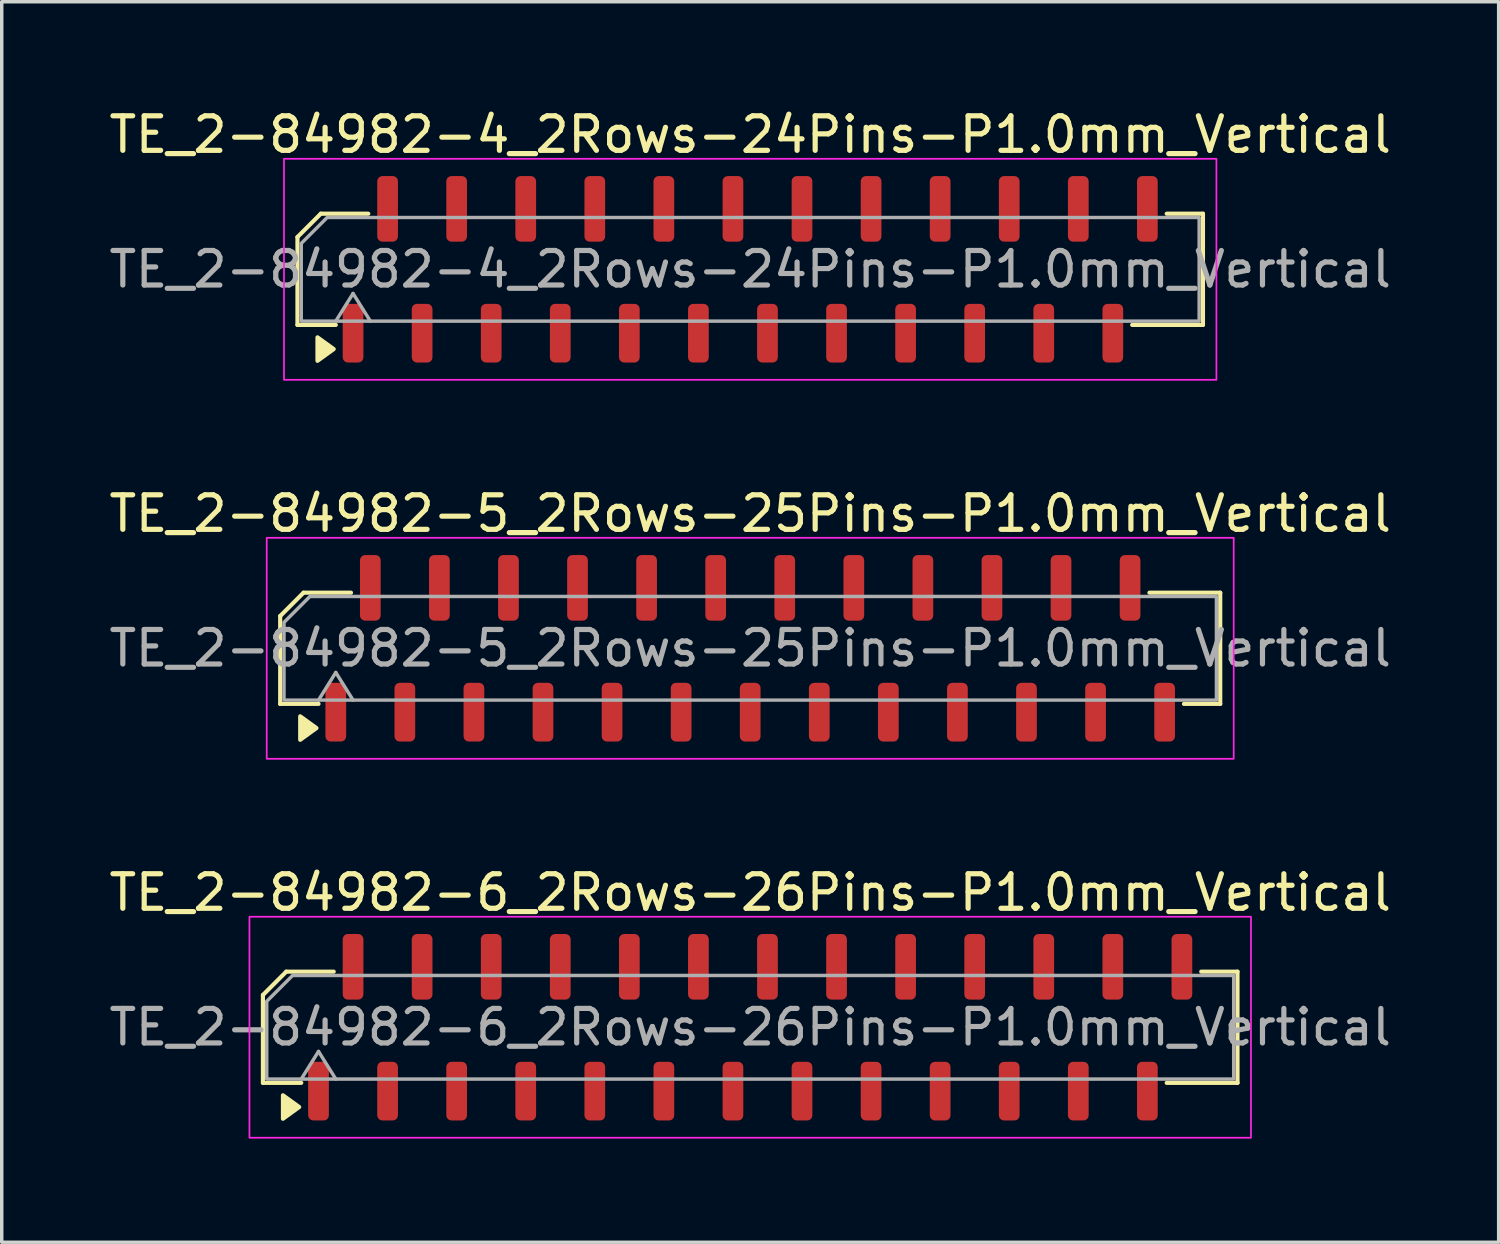
<source format=kicad_pcb>
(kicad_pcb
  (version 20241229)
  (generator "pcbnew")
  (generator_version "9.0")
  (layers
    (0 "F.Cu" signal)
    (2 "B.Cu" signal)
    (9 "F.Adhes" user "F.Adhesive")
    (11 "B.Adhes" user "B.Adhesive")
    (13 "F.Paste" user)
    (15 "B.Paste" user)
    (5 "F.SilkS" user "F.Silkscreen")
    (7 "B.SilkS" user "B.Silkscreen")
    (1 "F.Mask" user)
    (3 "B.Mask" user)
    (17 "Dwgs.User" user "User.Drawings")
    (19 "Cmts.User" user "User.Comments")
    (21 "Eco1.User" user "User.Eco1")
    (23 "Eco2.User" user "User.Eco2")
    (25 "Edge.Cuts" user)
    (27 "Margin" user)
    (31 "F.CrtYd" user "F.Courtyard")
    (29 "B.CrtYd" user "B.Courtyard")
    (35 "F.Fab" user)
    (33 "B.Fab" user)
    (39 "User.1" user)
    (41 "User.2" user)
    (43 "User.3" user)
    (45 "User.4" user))
  (footprint "TE_2-84982-4_2Rows-24Pins-P1.0mm_Vertical"
    (layer "F.Cu")
    (at 18.673 4.748)
    (property "Reference" "TE_2-84982-4_2Rows-24Pins-P1.0mm_Vertical" (at 0 -3.9 0) (layer "F.SilkS") (effects (font (size 1 1) (thickness 0.15))))
    (attr smd)
    (fp_line (start -13.11 -0.934) (end -13.11 1.61) (stroke (width 0.12) (type solid)) (layer "F.SilkS"))
    (fp_line (start -13.11 1.61) (end -12 1.61) (stroke (width 0.12) (type solid)) (layer "F.SilkS"))
    (fp_line (start -12.434 -1.61) (end -13.11 -0.934) (stroke (width 0.12) (type solid)) (layer "F.SilkS"))
    (fp_line (start -11.06 -1.61) (end -12.434 -1.61) (stroke (width 0.12) (type solid)) (layer "F.SilkS"))
    (fp_line (start 11.06 1.61) (end 13.11 1.61) (stroke (width 0.12) (type solid)) (layer "F.SilkS"))
    (fp_line (start 13.11 -1.61) (end 12.06 -1.61) (stroke (width 0.12) (type solid)) (layer "F.SilkS"))
    (fp_line (start 13.11 1.61) (end 13.11 -1.61) (stroke (width 0.12) (type solid)) (layer "F.SilkS"))
    (fp_poly (pts (xy -12.06 2.31) (xy -12.53 2.65) (xy -12.53 1.97)) (stroke (width 0.12) (type solid)) (fill yes) (layer "F.SilkS"))
    (fp_rect (start -13.5 -3.2) (end 13.5 3.2) (stroke (width 0.05) (type solid)) (fill no) (layer "F.CrtYd"))
    (fp_line (start -12 1.5) (end -11.5 0.7) (stroke (width 0.1) (type solid)) (layer "F.Fab"))
    (fp_line (start -11.5 0.7) (end -11 1.5) (stroke (width 0.1) (type solid)) (layer "F.Fab"))
    (fp_poly (pts (xy -13 -0.75) (xy -13 1.5) (xy 13 1.5) (xy 13 -1.5) (xy -12.25 -1.5)) (stroke (width 0.1) (type solid)) (fill no) (layer "F.Fab"))
    (fp_text user "${REFERENCE}" (at 0 0 0) (layer "F.Fab") (effects (font (size 1 1) (thickness 0.15))))
    (pad "1" smd roundrect (at -11.5 1.85) (size 0.6 1.7) (layers "F.Cu" "F.Mask" "F.Paste") (roundrect_rratio 0.25))
    (pad "2" smd roundrect (at -10.5 -1.75) (size 0.6 1.9) (layers "F.Cu" "F.Mask" "F.Paste") (roundrect_rratio 0.25))
    (pad "3" smd roundrect (at -9.5 1.85) (size 0.6 1.7) (layers "F.Cu" "F.Mask" "F.Paste") (roundrect_rratio 0.25))
    (pad "4" smd roundrect (at -8.5 -1.75) (size 0.6 1.9) (layers "F.Cu" "F.Mask" "F.Paste") (roundrect_rratio 0.25))
    (pad "5" smd roundrect (at -7.5 1.85) (size 0.6 1.7) (layers "F.Cu" "F.Mask" "F.Paste") (roundrect_rratio 0.25))
    (pad "6" smd roundrect (at -6.5 -1.75) (size 0.6 1.9) (layers "F.Cu" "F.Mask" "F.Paste") (roundrect_rratio 0.25))
    (pad "7" smd roundrect (at -5.5 1.85) (size 0.6 1.7) (layers "F.Cu" "F.Mask" "F.Paste") (roundrect_rratio 0.25))
    (pad "8" smd roundrect (at -4.5 -1.75) (size 0.6 1.9) (layers "F.Cu" "F.Mask" "F.Paste") (roundrect_rratio 0.25))
    (pad "9" smd roundrect (at -3.5 1.85) (size 0.6 1.7) (layers "F.Cu" "F.Mask" "F.Paste") (roundrect_rratio 0.25))
    (pad "10" smd roundrect (at -2.5 -1.75) (size 0.6 1.9) (layers "F.Cu" "F.Mask" "F.Paste") (roundrect_rratio 0.25))
    (pad "11" smd roundrect (at -1.5 1.85) (size 0.6 1.7) (layers "F.Cu" "F.Mask" "F.Paste") (roundrect_rratio 0.25))
    (pad "12" smd roundrect (at -0.5 -1.75) (size 0.6 1.9) (layers "F.Cu" "F.Mask" "F.Paste") (roundrect_rratio 0.25))
    (pad "13" smd roundrect (at 0.5 1.85) (size 0.6 1.7) (layers "F.Cu" "F.Mask" "F.Paste") (roundrect_rratio 0.25))
    (pad "14" smd roundrect (at 1.5 -1.75) (size 0.6 1.9) (layers "F.Cu" "F.Mask" "F.Paste") (roundrect_rratio 0.25))
    (pad "15" smd roundrect (at 2.5 1.85) (size 0.6 1.7) (layers "F.Cu" "F.Mask" "F.Paste") (roundrect_rratio 0.25))
    (pad "16" smd roundrect (at 3.5 -1.75) (size 0.6 1.9) (layers "F.Cu" "F.Mask" "F.Paste") (roundrect_rratio 0.25))
    (pad "17" smd roundrect (at 4.5 1.85) (size 0.6 1.7) (layers "F.Cu" "F.Mask" "F.Paste") (roundrect_rratio 0.25))
    (pad "18" smd roundrect (at 5.5 -1.75) (size 0.6 1.9) (layers "F.Cu" "F.Mask" "F.Paste") (roundrect_rratio 0.25))
    (pad "19" smd roundrect (at 6.5 1.85) (size 0.6 1.7) (layers "F.Cu" "F.Mask" "F.Paste") (roundrect_rratio 0.25))
    (pad "20" smd roundrect (at 7.5 -1.75) (size 0.6 1.9) (layers "F.Cu" "F.Mask" "F.Paste") (roundrect_rratio 0.25))
    (pad "21" smd roundrect (at 8.5 1.85) (size 0.6 1.7) (layers "F.Cu" "F.Mask" "F.Paste") (roundrect_rratio 0.25))
    (pad "22" smd roundrect (at 9.5 -1.75) (size 0.6 1.9) (layers "F.Cu" "F.Mask" "F.Paste") (roundrect_rratio 0.25))
    (pad "23" smd roundrect (at 10.5 1.85) (size 0.6 1.7) (layers "F.Cu" "F.Mask" "F.Paste") (roundrect_rratio 0.25))
    (pad "24" smd roundrect (at 11.5 -1.75) (size 0.6 1.9) (layers "F.Cu" "F.Mask" "F.Paste") (roundrect_rratio 0.25)))
  (footprint "TE_2-84982-5_2Rows-25Pins-P1.0mm_Vertical"
    (layer "F.Cu")
    (at 18.673 15.722)
    (property "Reference" "TE_2-84982-5_2Rows-25Pins-P1.0mm_Vertical" (at 0 -3.9 0) (layer "F.SilkS") (effects (font (size 1 1) (thickness 0.15))))
    (attr smd)
    (fp_line (start -13.61 -0.934) (end -13.61 1.61) (stroke (width 0.12) (type solid)) (layer "F.SilkS"))
    (fp_line (start -13.61 1.61) (end -12.5 1.61) (stroke (width 0.12) (type solid)) (layer "F.SilkS"))
    (fp_line (start -12.934 -1.61) (end -13.61 -0.934) (stroke (width 0.12) (type solid)) (layer "F.SilkS"))
    (fp_line (start -11.56 -1.61) (end -12.934 -1.61) (stroke (width 0.12) (type solid)) (layer "F.SilkS"))
    (fp_line (start 12.56 1.61) (end 13.61 1.61) (stroke (width 0.12) (type solid)) (layer "F.SilkS"))
    (fp_line (start 13.61 -1.61) (end 11.56 -1.61) (stroke (width 0.12) (type solid)) (layer "F.SilkS"))
    (fp_line (start 13.61 1.61) (end 13.61 -1.61) (stroke (width 0.12) (type solid)) (layer "F.SilkS"))
    (fp_poly (pts (xy -12.56 2.31) (xy -13.03 2.65) (xy -13.03 1.97)) (stroke (width 0.12) (type solid)) (fill yes) (layer "F.SilkS"))
    (fp_rect (start -14 -3.2) (end 14 3.2) (stroke (width 0.05) (type solid)) (fill no) (layer "F.CrtYd"))
    (fp_line (start -12.5 1.5) (end -12 0.7) (stroke (width 0.1) (type solid)) (layer "F.Fab"))
    (fp_line (start -12 0.7) (end -11.5 1.5) (stroke (width 0.1) (type solid)) (layer "F.Fab"))
    (fp_poly (pts (xy -13.5 -0.75) (xy -13.5 1.5) (xy 13.5 1.5) (xy 13.5 -1.5) (xy -12.75 -1.5)) (stroke (width 0.1) (type solid)) (fill no) (layer "F.Fab"))
    (fp_text user "${REFERENCE}" (at 0 0 0) (layer "F.Fab") (effects (font (size 1 1) (thickness 0.15))))
    (pad "1" smd roundrect (at -12 1.85) (size 0.6 1.7) (layers "F.Cu" "F.Mask" "F.Paste") (roundrect_rratio 0.25))
    (pad "2" smd roundrect (at -11 -1.75) (size 0.6 1.9) (layers "F.Cu" "F.Mask" "F.Paste") (roundrect_rratio 0.25))
    (pad "3" smd roundrect (at -10 1.85) (size 0.6 1.7) (layers "F.Cu" "F.Mask" "F.Paste") (roundrect_rratio 0.25))
    (pad "4" smd roundrect (at -9 -1.75) (size 0.6 1.9) (layers "F.Cu" "F.Mask" "F.Paste") (roundrect_rratio 0.25))
    (pad "5" smd roundrect (at -8 1.85) (size 0.6 1.7) (layers "F.Cu" "F.Mask" "F.Paste") (roundrect_rratio 0.25))
    (pad "6" smd roundrect (at -7 -1.75) (size 0.6 1.9) (layers "F.Cu" "F.Mask" "F.Paste") (roundrect_rratio 0.25))
    (pad "7" smd roundrect (at -6 1.85) (size 0.6 1.7) (layers "F.Cu" "F.Mask" "F.Paste") (roundrect_rratio 0.25))
    (pad "8" smd roundrect (at -5 -1.75) (size 0.6 1.9) (layers "F.Cu" "F.Mask" "F.Paste") (roundrect_rratio 0.25))
    (pad "9" smd roundrect (at -4 1.85) (size 0.6 1.7) (layers "F.Cu" "F.Mask" "F.Paste") (roundrect_rratio 0.25))
    (pad "10" smd roundrect (at -3 -1.75) (size 0.6 1.9) (layers "F.Cu" "F.Mask" "F.Paste") (roundrect_rratio 0.25))
    (pad "11" smd roundrect (at -2 1.85) (size 0.6 1.7) (layers "F.Cu" "F.Mask" "F.Paste") (roundrect_rratio 0.25))
    (pad "12" smd roundrect (at -1 -1.75) (size 0.6 1.9) (layers "F.Cu" "F.Mask" "F.Paste") (roundrect_rratio 0.25))
    (pad "13" smd roundrect (at 0 1.85) (size 0.6 1.7) (layers "F.Cu" "F.Mask" "F.Paste") (roundrect_rratio 0.25))
    (pad "14" smd roundrect (at 1 -1.75) (size 0.6 1.9) (layers "F.Cu" "F.Mask" "F.Paste") (roundrect_rratio 0.25))
    (pad "15" smd roundrect (at 2 1.85) (size 0.6 1.7) (layers "F.Cu" "F.Mask" "F.Paste") (roundrect_rratio 0.25))
    (pad "16" smd roundrect (at 3 -1.75) (size 0.6 1.9) (layers "F.Cu" "F.Mask" "F.Paste") (roundrect_rratio 0.25))
    (pad "17" smd roundrect (at 4 1.85) (size 0.6 1.7) (layers "F.Cu" "F.Mask" "F.Paste") (roundrect_rratio 0.25))
    (pad "18" smd roundrect (at 5 -1.75) (size 0.6 1.9) (layers "F.Cu" "F.Mask" "F.Paste") (roundrect_rratio 0.25))
    (pad "19" smd roundrect (at 6 1.85) (size 0.6 1.7) (layers "F.Cu" "F.Mask" "F.Paste") (roundrect_rratio 0.25))
    (pad "20" smd roundrect (at 7 -1.75) (size 0.6 1.9) (layers "F.Cu" "F.Mask" "F.Paste") (roundrect_rratio 0.25))
    (pad "21" smd roundrect (at 8 1.85) (size 0.6 1.7) (layers "F.Cu" "F.Mask" "F.Paste") (roundrect_rratio 0.25))
    (pad "22" smd roundrect (at 9 -1.75) (size 0.6 1.9) (layers "F.Cu" "F.Mask" "F.Paste") (roundrect_rratio 0.25))
    (pad "23" smd roundrect (at 10 1.85) (size 0.6 1.7) (layers "F.Cu" "F.Mask" "F.Paste") (roundrect_rratio 0.25))
    (pad "24" smd roundrect (at 11 -1.75) (size 0.6 1.9) (layers "F.Cu" "F.Mask" "F.Paste") (roundrect_rratio 0.25))
    (pad "25" smd roundrect (at 12 1.85) (size 0.6 1.7) (layers "F.Cu" "F.Mask" "F.Paste") (roundrect_rratio 0.25)))
  (footprint "TE_2-84982-6_2Rows-26Pins-P1.0mm_Vertical"
    (layer "F.Cu")
    (at 18.673 26.695)
    (property "Reference" "TE_2-84982-6_2Rows-26Pins-P1.0mm_Vertical" (at 0 -3.9 0) (layer "F.SilkS") (effects (font (size 1 1) (thickness 0.15))))
    (attr smd)
    (fp_line (start -14.11 -0.934) (end -14.11 1.61) (stroke (width 0.12) (type solid)) (layer "F.SilkS"))
    (fp_line (start -14.11 1.61) (end -13 1.61) (stroke (width 0.12) (type solid)) (layer "F.SilkS"))
    (fp_line (start -13.434 -1.61) (end -14.11 -0.934) (stroke (width 0.12) (type solid)) (layer "F.SilkS"))
    (fp_line (start -12.06 -1.61) (end -13.434 -1.61) (stroke (width 0.12) (type solid)) (layer "F.SilkS"))
    (fp_line (start 12.06 1.61) (end 14.11 1.61) (stroke (width 0.12) (type solid)) (layer "F.SilkS"))
    (fp_line (start 14.11 -1.61) (end 13.06 -1.61) (stroke (width 0.12) (type solid)) (layer "F.SilkS"))
    (fp_line (start 14.11 1.61) (end 14.11 -1.61) (stroke (width 0.12) (type solid)) (layer "F.SilkS"))
    (fp_poly (pts (xy -13.06 2.31) (xy -13.53 2.65) (xy -13.53 1.97)) (stroke (width 0.12) (type solid)) (fill yes) (layer "F.SilkS"))
    (fp_rect (start -14.5 -3.2) (end 14.5 3.2) (stroke (width 0.05) (type solid)) (fill no) (layer "F.CrtYd"))
    (fp_line (start -13 1.5) (end -12.5 0.7) (stroke (width 0.1) (type solid)) (layer "F.Fab"))
    (fp_line (start -12.5 0.7) (end -12 1.5) (stroke (width 0.1) (type solid)) (layer "F.Fab"))
    (fp_poly (pts (xy -14 -0.75) (xy -14 1.5) (xy 14 1.5) (xy 14 -1.5) (xy -13.25 -1.5)) (stroke (width 0.1) (type solid)) (fill no) (layer "F.Fab"))
    (fp_text user "${REFERENCE}" (at 0 0 0) (layer "F.Fab") (effects (font (size 1 1) (thickness 0.15))))
    (pad "1" smd roundrect (at -12.5 1.85) (size 0.6 1.7) (layers "F.Cu" "F.Mask" "F.Paste") (roundrect_rratio 0.25))
    (pad "2" smd roundrect (at -11.5 -1.75) (size 0.6 1.9) (layers "F.Cu" "F.Mask" "F.Paste") (roundrect_rratio 0.25))
    (pad "3" smd roundrect (at -10.5 1.85) (size 0.6 1.7) (layers "F.Cu" "F.Mask" "F.Paste") (roundrect_rratio 0.25))
    (pad "4" smd roundrect (at -9.5 -1.75) (size 0.6 1.9) (layers "F.Cu" "F.Mask" "F.Paste") (roundrect_rratio 0.25))
    (pad "5" smd roundrect (at -8.5 1.85) (size 0.6 1.7) (layers "F.Cu" "F.Mask" "F.Paste") (roundrect_rratio 0.25))
    (pad "6" smd roundrect (at -7.5 -1.75) (size 0.6 1.9) (layers "F.Cu" "F.Mask" "F.Paste") (roundrect_rratio 0.25))
    (pad "7" smd roundrect (at -6.5 1.85) (size 0.6 1.7) (layers "F.Cu" "F.Mask" "F.Paste") (roundrect_rratio 0.25))
    (pad "8" smd roundrect (at -5.5 -1.75) (size 0.6 1.9) (layers "F.Cu" "F.Mask" "F.Paste") (roundrect_rratio 0.25))
    (pad "9" smd roundrect (at -4.5 1.85) (size 0.6 1.7) (layers "F.Cu" "F.Mask" "F.Paste") (roundrect_rratio 0.25))
    (pad "10" smd roundrect (at -3.5 -1.75) (size 0.6 1.9) (layers "F.Cu" "F.Mask" "F.Paste") (roundrect_rratio 0.25))
    (pad "11" smd roundrect (at -2.5 1.85) (size 0.6 1.7) (layers "F.Cu" "F.Mask" "F.Paste") (roundrect_rratio 0.25))
    (pad "12" smd roundrect (at -1.5 -1.75) (size 0.6 1.9) (layers "F.Cu" "F.Mask" "F.Paste") (roundrect_rratio 0.25))
    (pad "13" smd roundrect (at -0.5 1.85) (size 0.6 1.7) (layers "F.Cu" "F.Mask" "F.Paste") (roundrect_rratio 0.25))
    (pad "14" smd roundrect (at 0.5 -1.75) (size 0.6 1.9) (layers "F.Cu" "F.Mask" "F.Paste") (roundrect_rratio 0.25))
    (pad "15" smd roundrect (at 1.5 1.85) (size 0.6 1.7) (layers "F.Cu" "F.Mask" "F.Paste") (roundrect_rratio 0.25))
    (pad "16" smd roundrect (at 2.5 -1.75) (size 0.6 1.9) (layers "F.Cu" "F.Mask" "F.Paste") (roundrect_rratio 0.25))
    (pad "17" smd roundrect (at 3.5 1.85) (size 0.6 1.7) (layers "F.Cu" "F.Mask" "F.Paste") (roundrect_rratio 0.25))
    (pad "18" smd roundrect (at 4.5 -1.75) (size 0.6 1.9) (layers "F.Cu" "F.Mask" "F.Paste") (roundrect_rratio 0.25))
    (pad "19" smd roundrect (at 5.5 1.85) (size 0.6 1.7) (layers "F.Cu" "F.Mask" "F.Paste") (roundrect_rratio 0.25))
    (pad "20" smd roundrect (at 6.5 -1.75) (size 0.6 1.9) (layers "F.Cu" "F.Mask" "F.Paste") (roundrect_rratio 0.25))
    (pad "21" smd roundrect (at 7.5 1.85) (size 0.6 1.7) (layers "F.Cu" "F.Mask" "F.Paste") (roundrect_rratio 0.25))
    (pad "22" smd roundrect (at 8.5 -1.75) (size 0.6 1.9) (layers "F.Cu" "F.Mask" "F.Paste") (roundrect_rratio 0.25))
    (pad "23" smd roundrect (at 9.5 1.85) (size 0.6 1.7) (layers "F.Cu" "F.Mask" "F.Paste") (roundrect_rratio 0.25))
    (pad "24" smd roundrect (at 10.5 -1.75) (size 0.6 1.9) (layers "F.Cu" "F.Mask" "F.Paste") (roundrect_rratio 0.25))
    (pad "25" smd roundrect (at 11.5 1.85) (size 0.6 1.7) (layers "F.Cu" "F.Mask" "F.Paste") (roundrect_rratio 0.25))
    (pad "26" smd roundrect (at 12.5 -1.75) (size 0.6 1.9) (layers "F.Cu" "F.Mask" "F.Paste") (roundrect_rratio 0.25)))
  (gr_rect
    (start -3 -3)
    (end 40.345 32.92)
    (stroke (width 0.1) (type default))
    (fill no)
    (layer "Edge.Cuts")))
</source>
